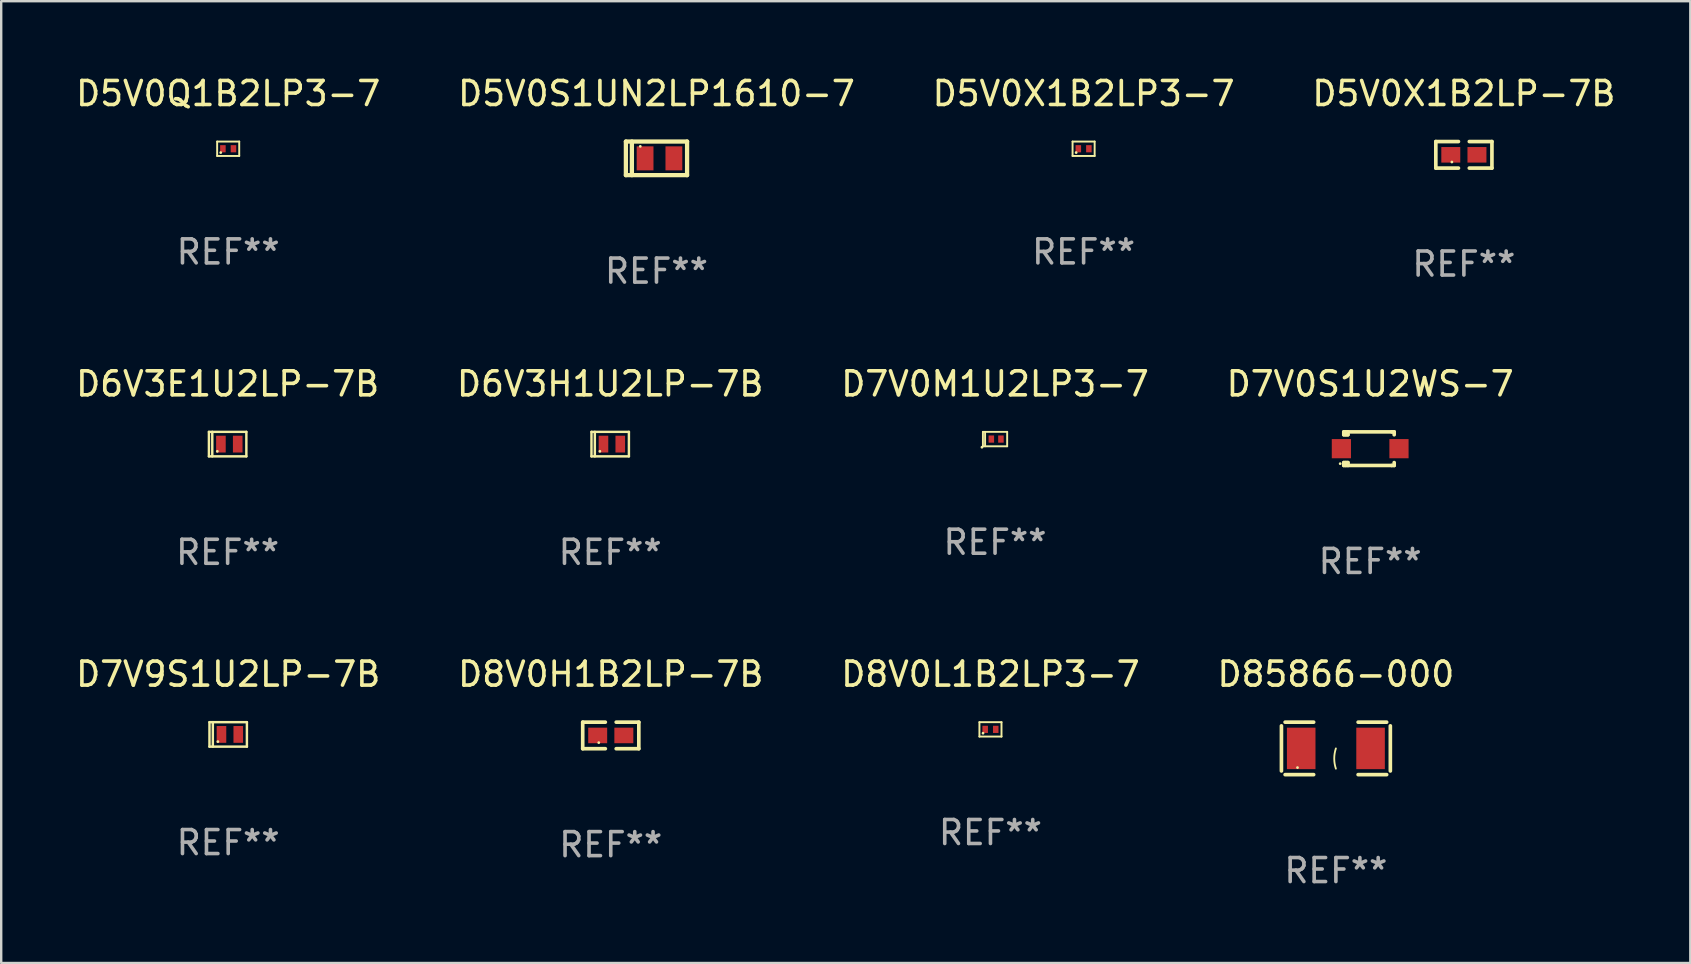
<source format=kicad_pcb>
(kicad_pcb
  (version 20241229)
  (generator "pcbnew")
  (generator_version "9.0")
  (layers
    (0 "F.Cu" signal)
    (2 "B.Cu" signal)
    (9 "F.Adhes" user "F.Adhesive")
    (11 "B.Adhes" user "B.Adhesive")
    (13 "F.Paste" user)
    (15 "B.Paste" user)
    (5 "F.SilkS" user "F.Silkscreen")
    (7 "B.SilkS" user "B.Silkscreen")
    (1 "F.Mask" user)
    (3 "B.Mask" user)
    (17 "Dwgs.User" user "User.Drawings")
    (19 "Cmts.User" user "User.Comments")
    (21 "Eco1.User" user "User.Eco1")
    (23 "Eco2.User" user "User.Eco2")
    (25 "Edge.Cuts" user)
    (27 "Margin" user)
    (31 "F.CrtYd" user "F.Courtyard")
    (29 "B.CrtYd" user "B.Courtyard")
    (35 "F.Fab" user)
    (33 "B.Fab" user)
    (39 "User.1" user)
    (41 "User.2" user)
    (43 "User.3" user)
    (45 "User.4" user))
  (footprint "D5V0X1B2LP3-7"
    (layer "F.Cu")
    (at 42.101 3.148)
    (property "Reference" "D5V0X1B2LP3-7" (at 0 -2.3 0) (layer "F.SilkS") (effects (font (size 1 1) (thickness 0.15))))
    (attr through_hole)
    (fp_line (start -0.46 -0.3) (end -0.46 0.3) (stroke (width 0.08) (type solid)) (layer "F.SilkS"))
    (fp_line (start -0.46 -0.3) (end 0.46 -0.3) (stroke (width 0.08) (type solid)) (layer "F.SilkS"))
    (fp_line (start -0.46 0.3) (end 0.46 0.3) (stroke (width 0.08) (type solid)) (layer "F.SilkS"))
    (fp_line (start 0.46 -0.3) (end 0.46 0.3) (stroke (width 0.08) (type solid)) (layer "F.SilkS"))
    (fp_circle (center -0.31 0.16) (end -0.28 0.16) (stroke (width 0.06) (type solid)) (fill no) (layer "F.SilkS"))
    (fp_text user "REF**" (at 0 4.3 0) (layer "F.Fab") (effects (font (size 1 1) (thickness 0.15))))
    (pad "1" smd rect (at -0.22 0 180) (size 0.23 0.3) (layers "F.Cu" "F.Mask" "F.Paste"))
    (pad "2" smd rect (at 0.22 0 180) (size 0.23 0.3) (layers "F.Cu" "F.Mask" "F.Paste")))
  (footprint "D8V0H1B2LP-7B"
    (layer "F.Cu")
    (at 22.399 27.594)
    (property "Reference" "D8V0H1B2LP-7B" (at 0 -2.553 0) (layer "F.SilkS") (effects (font (size 1 1) (thickness 0.15))))
    (attr through_hole)
    (fp_line (start -1.169 -0.553) (end -0.226 -0.553) (stroke (width 0.152) (type solid)) (layer "F.SilkS"))
    (fp_line (start -1.169 0.553) (end -1.169 -0.553) (stroke (width 0.152) (type solid)) (layer "F.SilkS"))
    (fp_line (start -0.226 0.553) (end -1.169 0.553) (stroke (width 0.152) (type solid)) (layer "F.SilkS"))
    (fp_line (start 0.226 0.553) (end 1.169 0.553) (stroke (width 0.152) (type solid)) (layer "F.SilkS"))
    (fp_line (start 1.169 -0.553) (end 0.226 -0.553) (stroke (width 0.152) (type solid)) (layer "F.SilkS"))
    (fp_line (start 1.169 0.553) (end 1.169 -0.553) (stroke (width 0.152) (type solid)) (layer "F.SilkS"))
    (fp_circle (center -0.5 0.3) (end -0.47 0.3) (stroke (width 0.06) (type solid)) (fill no) (layer "F.SilkS"))
    (fp_text user "REF**" (at 0 4.553 0) (layer "F.Fab") (effects (font (size 1 1) (thickness 0.15))))
    (pad "1" smd rect (at -0.545 0) (size 0.79 0.648) (layers "F.Cu" "F.Mask" "F.Paste"))
    (pad "2" smd rect (at 0.545 0) (size 0.79 0.648) (layers "F.Cu" "F.Mask" "F.Paste")))
  (footprint "D7V0S1U2WS-7"
    (layer "F.Cu")
    (at 54.042 15.645)
    (property "Reference" "D7V0S1U2WS-7" (at 0 -2.7 0) (layer "F.SilkS") (effects (font (size 1 1) (thickness 0.15))))
    (attr through_hole)
    (fp_line (start -1.1 -0.7) (end -1.1 -0.58) (stroke (width 0.152) (type solid)) (layer "F.SilkS"))
    (fp_line (start -1.1 0.58) (end -1.1 0.7) (stroke (width 0.152) (type solid)) (layer "F.SilkS"))
    (fp_line (start -1.1 0.58) (end -0.927 0.58) (stroke (width 0.152) (type solid)) (layer "F.SilkS"))
    (fp_line (start -1.1 0.7) (end 0.9 0.7) (stroke (width 0.152) (type solid)) (layer "F.SilkS"))
    (fp_line (start -1.014 -0.58) (end -1.014 -0.7) (stroke (width 0.152) (type solid)) (layer "F.SilkS"))
    (fp_line (start -1.014 0.7) (end -1.014 0.58) (stroke (width 0.152) (type solid)) (layer "F.SilkS"))
    (fp_line (start -0.927 -0.7) (end -0.927 -0.58) (stroke (width 0.152) (type solid)) (layer "F.SilkS"))
    (fp_line (start -0.927 -0.58) (end -1.1 -0.58) (stroke (width 0.152) (type solid)) (layer "F.SilkS"))
    (fp_line (start -0.927 0.58) (end -0.927 0.7) (stroke (width 0.152) (type solid)) (layer "F.SilkS"))
    (fp_line (start 0.9 -0.7) (end -1.1 -0.7) (stroke (width 0.152) (type solid)) (layer "F.SilkS"))
    (fp_line (start 0.9 0.7) (end 1 0.7) (stroke (width 0.152) (type solid)) (layer "F.SilkS"))
    (fp_line (start 1 -0.7) (end 0.9 -0.7) (stroke (width 0.152) (type solid)) (layer "F.SilkS"))
    (fp_line (start 1 -0.58) (end 1 -0.7) (stroke (width 0.152) (type solid)) (layer "F.SilkS"))
    (fp_line (start 1 0.7) (end 1 0.58) (stroke (width 0.152) (type solid)) (layer "F.SilkS"))
    (fp_circle (center -1.25 0.625) (end -1.22 0.625) (stroke (width 0.06) (type solid)) (fill no) (layer "F.SilkS"))
    (fp_text user "REF**" (at 0 4.7 0) (layer "F.Fab") (effects (font (size 1 1) (thickness 0.15))))
    (pad "1" smd rect (at -1.2 0) (size 0.8 0.8) (layers "F.Cu" "F.Mask" "F.Paste"))
    (pad "2" smd rect (at 1.2 0) (size 0.8 0.8) (layers "F.Cu" "F.Mask" "F.Paste")))
  (footprint "D5V0Q1B2LP3-7"
    (layer "F.Cu")
    (at 6.458 3.148)
    (property "Reference" "D5V0Q1B2LP3-7" (at 0 -2.3 0) (layer "F.SilkS") (effects (font (size 1 1) (thickness 0.15))))
    (attr through_hole)
    (fp_line (start -0.46 -0.3) (end -0.46 0.3) (stroke (width 0.08) (type solid)) (layer "F.SilkS"))
    (fp_line (start -0.46 -0.3) (end 0.46 -0.3) (stroke (width 0.08) (type solid)) (layer "F.SilkS"))
    (fp_line (start -0.46 0.3) (end 0.46 0.3) (stroke (width 0.08) (type solid)) (layer "F.SilkS"))
    (fp_line (start 0.46 -0.3) (end 0.46 0.3) (stroke (width 0.08) (type solid)) (layer "F.SilkS"))
    (fp_circle (center -0.31 0.16) (end -0.28 0.16) (stroke (width 0.06) (type solid)) (fill no) (layer "F.SilkS"))
    (fp_text user "REF**" (at 0 4.3 0) (layer "F.Fab") (effects (font (size 1 1) (thickness 0.15))))
    (pad "1" smd rect (at -0.22 0 180) (size 0.23 0.3) (layers "F.Cu" "F.Mask" "F.Paste"))
    (pad "2" smd rect (at 0.22 0 180) (size 0.23 0.3) (layers "F.Cu" "F.Mask" "F.Paste")))
  (footprint "D7V9S1U2LP-7B"
    (layer "F.Cu")
    (at 6.458 27.551)
    (property "Reference" "D7V9S1U2LP-7B" (at 0 -2.51 0) (layer "F.SilkS") (effects (font (size 1 1) (thickness 0.15))))
    (attr through_hole)
    (fp_line (start -0.78 -0.51) (end -0.78 0.51) (stroke (width 0.102) (type solid)) (layer "F.SilkS"))
    (fp_line (start -0.78 -0.51) (end 0.78 -0.51) (stroke (width 0.102) (type solid)) (layer "F.SilkS"))
    (fp_line (start -0.78 0.51) (end 0.78 0.51) (stroke (width 0.102) (type solid)) (layer "F.SilkS"))
    (fp_line (start -0.64 -0.51) (end -0.64 0.51) (stroke (width 0.102) (type solid)) (layer "F.SilkS"))
    (fp_line (start 0.78 -0.51) (end 0.78 0.51) (stroke (width 0.102) (type solid)) (layer "F.SilkS"))
    (fp_circle (center -0.43 0.3) (end -0.4 0.3) (stroke (width 0.06) (type solid)) (fill no) (layer "F.SilkS"))
    (fp_text user "REF**" (at 0 4.51 0) (layer "F.Fab") (effects (font (size 1 1) (thickness 0.15))))
    (pad "1" smd rect (at -0.28 0) (size 0.4 0.7) (layers "F.Cu" "F.Mask" "F.Paste"))
    (pad "2" smd rect (at 0.42 0) (size 0.4 0.7) (layers "F.Cu" "F.Mask" "F.Paste")))
  (footprint "D8V0L1B2LP3-7"
    (layer "F.Cu")
    (at 38.22 27.341)
    (property "Reference" "D8V0L1B2LP3-7" (at 0 -2.3 0) (layer "F.SilkS") (effects (font (size 1 1) (thickness 0.15))))
    (attr through_hole)
    (fp_line (start -0.46 -0.3) (end -0.46 0.3) (stroke (width 0.08) (type solid)) (layer "F.SilkS"))
    (fp_line (start -0.46 -0.3) (end 0.46 -0.3) (stroke (width 0.08) (type solid)) (layer "F.SilkS"))
    (fp_line (start -0.46 0.3) (end 0.46 0.3) (stroke (width 0.08) (type solid)) (layer "F.SilkS"))
    (fp_line (start 0.46 -0.3) (end 0.46 0.3) (stroke (width 0.08) (type solid)) (layer "F.SilkS"))
    (fp_circle (center -0.31 0.16) (end -0.28 0.16) (stroke (width 0.06) (type solid)) (fill no) (layer "F.SilkS"))
    (fp_text user "REF**" (at 0 4.3 0) (layer "F.Fab") (effects (font (size 1 1) (thickness 0.15))))
    (pad "1" smd rect (at -0.22 0 180) (size 0.23 0.3) (layers "F.Cu" "F.Mask" "F.Paste"))
    (pad "2" smd rect (at 0.22 0 180) (size 0.23 0.3) (layers "F.Cu" "F.Mask" "F.Paste")))
  (footprint "D6V3E1U2LP-7B"
    (layer "F.Cu")
    (at 6.435 15.455)
    (property "Reference" "D6V3E1U2LP-7B" (at 0 -2.51 0) (layer "F.SilkS") (effects (font (size 1 1) (thickness 0.15))))
    (attr through_hole)
    (fp_line (start -0.78 -0.51) (end -0.78 0.51) (stroke (width 0.102) (type solid)) (layer "F.SilkS"))
    (fp_line (start -0.78 -0.51) (end 0.78 -0.51) (stroke (width 0.102) (type solid)) (layer "F.SilkS"))
    (fp_line (start -0.78 0.51) (end 0.78 0.51) (stroke (width 0.102) (type solid)) (layer "F.SilkS"))
    (fp_line (start -0.64 -0.51) (end -0.64 0.51) (stroke (width 0.102) (type solid)) (layer "F.SilkS"))
    (fp_line (start 0.78 -0.51) (end 0.78 0.51) (stroke (width 0.102) (type solid)) (layer "F.SilkS"))
    (fp_circle (center -0.43 0.3) (end -0.4 0.3) (stroke (width 0.06) (type solid)) (fill no) (layer "F.SilkS"))
    (fp_text user "REF**" (at 0 4.51 0) (layer "F.Fab") (effects (font (size 1 1) (thickness 0.15))))
    (pad "1" smd rect (at -0.28 0) (size 0.4 0.7) (layers "F.Cu" "F.Mask" "F.Paste"))
    (pad "2" smd rect (at 0.42 0) (size 0.4 0.7) (layers "F.Cu" "F.Mask" "F.Paste")))
  (footprint "D5V0X1B2LP-7B"
    (layer "F.Cu")
    (at 57.946 3.401)
    (property "Reference" "D5V0X1B2LP-7B" (at 0 -2.553 0) (layer "F.SilkS") (effects (font (size 1 1) (thickness 0.15))))
    (attr through_hole)
    (fp_line (start -1.169 -0.553) (end -0.226 -0.553) (stroke (width 0.152) (type solid)) (layer "F.SilkS"))
    (fp_line (start -1.169 0.553) (end -1.169 -0.553) (stroke (width 0.152) (type solid)) (layer "F.SilkS"))
    (fp_line (start -0.226 0.553) (end -1.169 0.553) (stroke (width 0.152) (type solid)) (layer "F.SilkS"))
    (fp_line (start 0.226 0.553) (end 1.169 0.553) (stroke (width 0.152) (type solid)) (layer "F.SilkS"))
    (fp_line (start 1.169 -0.553) (end 0.226 -0.553) (stroke (width 0.152) (type solid)) (layer "F.SilkS"))
    (fp_line (start 1.169 0.553) (end 1.169 -0.553) (stroke (width 0.152) (type solid)) (layer "F.SilkS"))
    (fp_circle (center -0.5 0.3) (end -0.47 0.3) (stroke (width 0.06) (type solid)) (fill no) (layer "F.SilkS"))
    (fp_text user "REF**" (at 0 4.553 0) (layer "F.Fab") (effects (font (size 1 1) (thickness 0.15))))
    (pad "1" smd rect (at -0.545 0) (size 0.79 0.648) (layers "F.Cu" "F.Mask" "F.Paste"))
    (pad "2" smd rect (at 0.545 0) (size 0.79 0.648) (layers "F.Cu" "F.Mask" "F.Paste")))
  (footprint "D6V3H1U2LP-7B"
    (layer "F.Cu")
    (at 22.375 15.455)
    (property "Reference" "D6V3H1U2LP-7B" (at 0 -2.51 0) (layer "F.SilkS") (effects (font (size 1 1) (thickness 0.15))))
    (attr through_hole)
    (fp_line (start -0.78 -0.51) (end -0.78 0.51) (stroke (width 0.102) (type solid)) (layer "F.SilkS"))
    (fp_line (start -0.78 -0.51) (end 0.78 -0.51) (stroke (width 0.102) (type solid)) (layer "F.SilkS"))
    (fp_line (start -0.78 0.51) (end 0.78 0.51) (stroke (width 0.102) (type solid)) (layer "F.SilkS"))
    (fp_line (start -0.64 -0.51) (end -0.64 0.51) (stroke (width 0.102) (type solid)) (layer "F.SilkS"))
    (fp_line (start 0.78 -0.51) (end 0.78 0.51) (stroke (width 0.102) (type solid)) (layer "F.SilkS"))
    (fp_circle (center -0.43 0.3) (end -0.4 0.3) (stroke (width 0.06) (type solid)) (fill no) (layer "F.SilkS"))
    (fp_text user "REF**" (at 0 4.51 0) (layer "F.Fab") (effects (font (size 1 1) (thickness 0.15))))
    (pad "1" smd rect (at -0.28 0) (size 0.4 0.7) (layers "F.Cu" "F.Mask" "F.Paste"))
    (pad "2" smd rect (at 0.42 0) (size 0.4 0.7) (layers "F.Cu" "F.Mask" "F.Paste")))
  (footprint "D85866-000"
    (layer "F.Cu")
    (at 52.613 28.134)
    (property "Reference" "D85866-000" (at 0 -3.093 0) (layer "F.SilkS") (effects (font (size 1 1) (thickness 0.15))))
    (attr through_hole)
    (fp_line (start -2.269 -0.94) (end -2.269 0.94) (stroke (width 0.152) (type solid)) (layer "F.SilkS"))
    (fp_line (start -2.116 1.093) (end -0.926 1.093) (stroke (width 0.152) (type solid)) (layer "F.SilkS"))
    (fp_line (start -0.926 -1.093) (end -2.116 -1.093) (stroke (width 0.152) (type solid)) (layer "F.SilkS"))
    (fp_line (start 0.926 -1.093) (end 2.116 -1.093) (stroke (width 0.152) (type solid)) (layer "F.SilkS"))
    (fp_line (start 2.116 1.093) (end 0.926 1.093) (stroke (width 0.152) (type solid)) (layer "F.SilkS"))
    (fp_line (start 2.269 -0.94) (end 2.269 0.94) (stroke (width 0.152) (type solid)) (layer "F.SilkS"))
    (fp_arc (start 0 0.844951) (mid -0.068559 0.422475) (end 0 0) (stroke (width 0.0762) (type solid)) (layer "F.SilkS"))
    (fp_circle (center -1.6 0.8) (end -1.57 0.8) (stroke (width 0.06) (type solid)) (fill no) (layer "F.SilkS"))
    (fp_text user "REF**" (at 0 5.093 0) (layer "F.Fab") (effects (font (size 1 1) (thickness 0.15))))
    (pad "1" smd rect (at -1.445 0) (size 1.19 1.728) (layers "F.Cu" "F.Mask" "F.Paste"))
    (pad "2" smd rect (at 1.445 0) (size 1.19 1.728) (layers "F.Cu" "F.Mask" "F.Paste")))
  (footprint "D7V0M1U2LP3-7"
    (layer "F.Cu")
    (at 38.411 15.245)
    (property "Reference" "D7V0M1U2LP3-7" (at 0 -2.3 0) (layer "F.SilkS") (effects (font (size 1 1) (thickness 0.15))))
    (attr through_hole)
    (fp_line (start -0.505 -0.3) (end -0.505 0.3) (stroke (width 0.08) (type solid)) (layer "F.SilkS"))
    (fp_line (start -0.505 -0.3) (end 0.505 -0.3) (stroke (width 0.08) (type solid)) (layer "F.SilkS"))
    (fp_line (start -0.505 0.3) (end 0.505 0.3) (stroke (width 0.08) (type solid)) (layer "F.SilkS"))
    (fp_line (start -0.415 -0.3) (end -0.415 0.3) (stroke (width 0.08) (type solid)) (layer "F.SilkS"))
    (fp_line (start 0.505 -0.3) (end 0.505 0.3) (stroke (width 0.08) (type solid)) (layer "F.SilkS"))
    (fp_circle (center -0.545 0.34) (end -0.515 0.34) (stroke (width 0.06) (type solid)) (fill no) (layer "F.SilkS"))
    (fp_text user "REF**" (at 0 4.3 0) (layer "F.Fab") (effects (font (size 1 1) (thickness 0.15))))
    (pad "1" smd rect (at -0.155 0 180) (size 0.23 0.3) (layers "F.Cu" "F.Mask" "F.Paste"))
    (pad "2" smd rect (at 0.245 0 180) (size 0.23 0.3) (layers "F.Cu" "F.Mask" "F.Paste")))
  (footprint "D5V0S1UN2LP1610-7"
    (layer "F.Cu")
    (at 24.304 3.548)
    (property "Reference" "D5V0S1UN2LP1610-7" (at 0 -2.7 0) (layer "F.SilkS") (effects (font (size 1 1) (thickness 0.15))))
    (attr through_hole)
    (fp_line (start -1.275 -0.7) (end -1.275 0.7) (stroke (width 0.178) (type solid)) (layer "F.SilkS"))
    (fp_line (start -1.275 -0.7) (end 1.275 -0.7) (stroke (width 0.178) (type solid)) (layer "F.SilkS"))
    (fp_line (start -1.275 0.7) (end 1.275 0.7) (stroke (width 0.178) (type solid)) (layer "F.SilkS"))
    (fp_line (start -1.025 -0.7) (end -1.025 0.7) (stroke (width 0.178) (type solid)) (layer "F.SilkS"))
    (fp_line (start 1.275 -0.7) (end 1.275 0.7) (stroke (width 0.178) (type solid)) (layer "F.SilkS"))
    (fp_circle (center -0.675 -0.5) (end -0.645 -0.5) (stroke (width 0.06) (type solid)) (fill no) (layer "F.SilkS"))
    (fp_text user "REF**" (at 0 4.7 0) (layer "F.Fab") (effects (font (size 1 1) (thickness 0.15))))
    (pad "1" smd rect (at -0.475 0 90) (size 1 0.7) (layers "F.Cu" "F.Mask" "F.Paste"))
    (pad "2" smd rect (at 0.725 0 90) (size 1 0.7) (layers "F.Cu" "F.Mask" "F.Paste")))
  (gr_rect
    (start -3 -3)
    (end 67.381 37.075)
    (stroke (width 0.1) (type default))
    (fill no)
    (layer "Edge.Cuts")))
</source>
